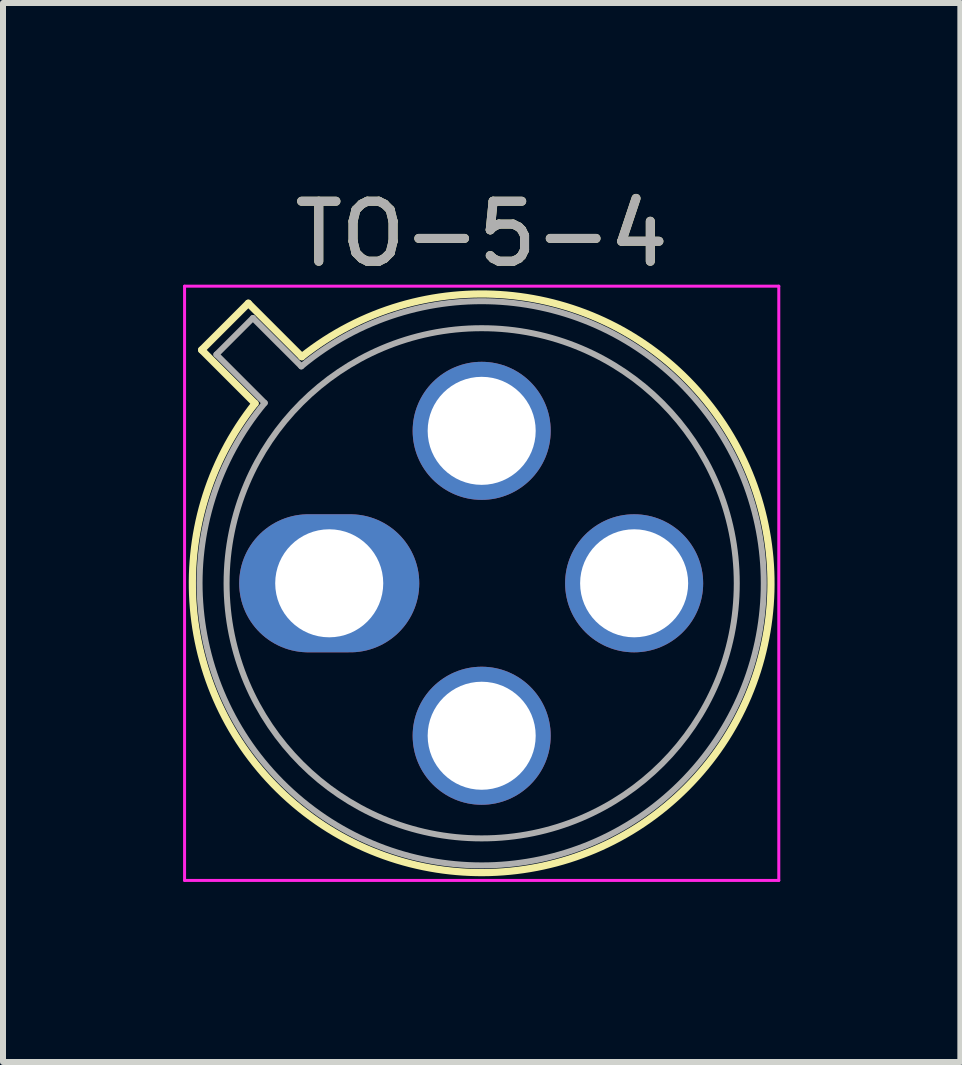
<source format=kicad_pcb>
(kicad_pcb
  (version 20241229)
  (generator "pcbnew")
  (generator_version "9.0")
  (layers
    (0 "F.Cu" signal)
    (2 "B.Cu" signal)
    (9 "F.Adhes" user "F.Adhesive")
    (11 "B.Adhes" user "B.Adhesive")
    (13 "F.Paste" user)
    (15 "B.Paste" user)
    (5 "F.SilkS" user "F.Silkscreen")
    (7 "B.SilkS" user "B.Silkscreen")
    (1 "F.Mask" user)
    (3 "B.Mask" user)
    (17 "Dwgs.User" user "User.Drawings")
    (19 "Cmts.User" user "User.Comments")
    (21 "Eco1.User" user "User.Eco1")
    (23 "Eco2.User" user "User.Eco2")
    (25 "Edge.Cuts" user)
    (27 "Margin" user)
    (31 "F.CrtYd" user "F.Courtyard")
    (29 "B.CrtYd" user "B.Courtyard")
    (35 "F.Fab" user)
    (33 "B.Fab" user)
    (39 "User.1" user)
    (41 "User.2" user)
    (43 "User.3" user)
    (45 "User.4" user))
  (footprint "TO-5-4"
    (layer "F.Cu")
    (at 2.435 6.668)
    (property "Reference" "TO-5-4" (at 2.54 -5.82 0) (layer "F.SilkS") (effects (font (size 1 1) (thickness 0.15))))
    (attr through_hole)
    (fp_line (start -2.126 -3.888) (end -1.235 -2.997) (stroke (width 0.12) (type solid)) (layer "F.SilkS"))
    (fp_line (start -1.348 -4.666) (end -2.126 -3.888) (stroke (width 0.12) (type solid)) (layer "F.SilkS"))
    (fp_line (start -0.457 -3.775) (end -1.348 -4.666) (stroke (width 0.12) (type solid)) (layer "F.SilkS"))
    (fp_arc (start -0.457084 -3.774902) (mid 5.948125 3.408384) (end -1.234674 -2.997371) (stroke (width 0.12) (type solid)) (layer "F.SilkS"))
    (fp_line (start -2.41 -4.95) (end -2.41 4.95) (stroke (width 0.05) (type solid)) (layer "F.CrtYd"))
    (fp_line (start -2.41 4.95) (end 7.49 4.95) (stroke (width 0.05) (type solid)) (layer "F.CrtYd"))
    (fp_line (start 7.49 -4.95) (end -2.41 -4.95) (stroke (width 0.05) (type solid)) (layer "F.CrtYd"))
    (fp_line (start 7.49 4.95) (end 7.49 -4.95) (stroke (width 0.05) (type solid)) (layer "F.CrtYd"))
    (fp_line (start -1.88 -3.812) (end -1.074 -3.005) (stroke (width 0.1) (type solid)) (layer "F.Fab"))
    (fp_line (start -1.272 -4.42) (end -1.88 -3.812) (stroke (width 0.1) (type solid)) (layer "F.Fab"))
    (fp_line (start -0.465 -3.614) (end -1.272 -4.42) (stroke (width 0.1) (type solid)) (layer "F.Fab"))
    (fp_arc (start -0.465408 -3.61352) (mid 5.863443 3.323361) (end -1.073594 -3.005319) (stroke (width 0.1) (type solid)) (layer "F.Fab"))
    (fp_circle (center 2.54 0) (end 6.79 0) (stroke (width 0.1) (type solid)) (fill no) (layer "F.Fab"))
    (fp_text user "${REFERENCE}" (at 2.54 -5.82 0) (layer "F.Fab") (effects (font (size 1 1) (thickness 0.15))))
    (pad "1" thru_hole oval (at 0 0) (size 3 2.3) (drill 1.8) (layers "*.Cu" "*.Mask"))
    (pad "2" thru_hole oval (at 2.54 2.54) (size 2.3 2.3) (drill 1.8) (layers "*.Cu" "*.Mask"))
    (pad "3" thru_hole oval (at 5.08 0) (size 2.3 2.3) (drill 1.8) (layers "*.Cu" "*.Mask"))
    (pad "4" thru_hole oval (at 2.54 -2.54) (size 2.3 2.3) (drill 1.8) (layers "*.Cu" "*.Mask")))
  (gr_rect
    (start -3 -3)
    (end 12.95 14.643)
    (stroke (width 0.1) (type default))
    (fill no)
    (layer "Edge.Cuts")))
</source>
